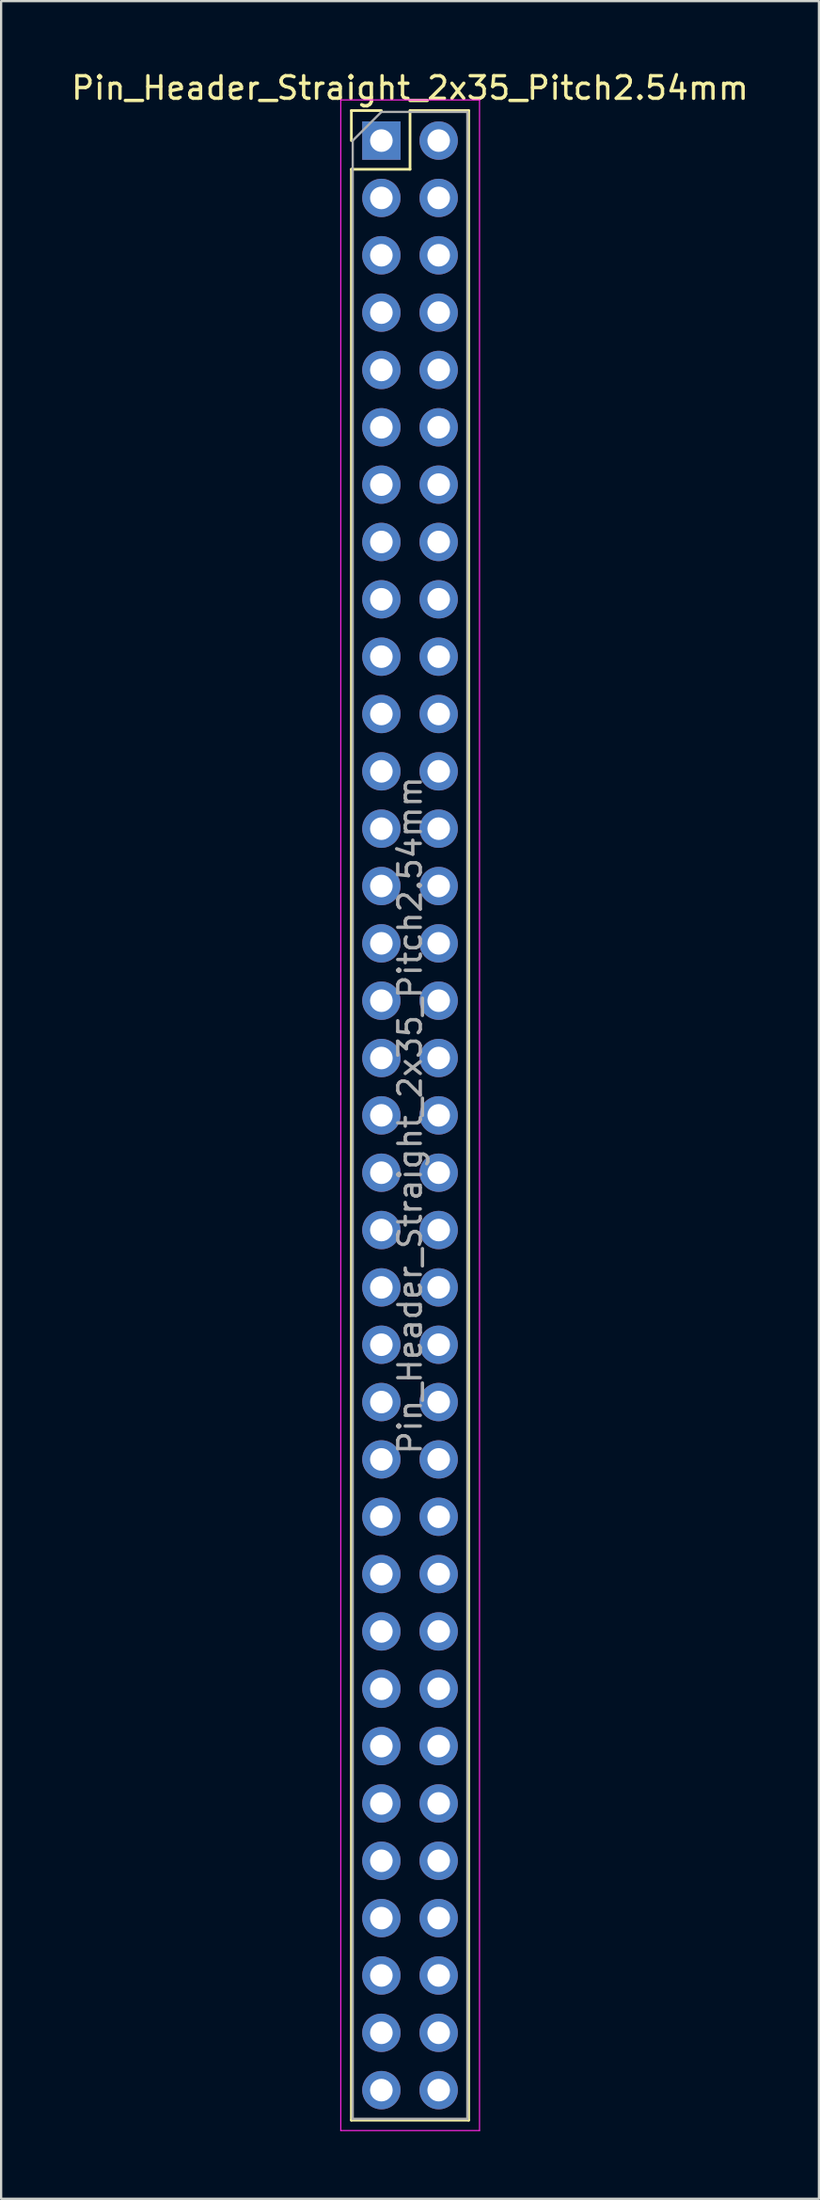
<source format=kicad_pcb>
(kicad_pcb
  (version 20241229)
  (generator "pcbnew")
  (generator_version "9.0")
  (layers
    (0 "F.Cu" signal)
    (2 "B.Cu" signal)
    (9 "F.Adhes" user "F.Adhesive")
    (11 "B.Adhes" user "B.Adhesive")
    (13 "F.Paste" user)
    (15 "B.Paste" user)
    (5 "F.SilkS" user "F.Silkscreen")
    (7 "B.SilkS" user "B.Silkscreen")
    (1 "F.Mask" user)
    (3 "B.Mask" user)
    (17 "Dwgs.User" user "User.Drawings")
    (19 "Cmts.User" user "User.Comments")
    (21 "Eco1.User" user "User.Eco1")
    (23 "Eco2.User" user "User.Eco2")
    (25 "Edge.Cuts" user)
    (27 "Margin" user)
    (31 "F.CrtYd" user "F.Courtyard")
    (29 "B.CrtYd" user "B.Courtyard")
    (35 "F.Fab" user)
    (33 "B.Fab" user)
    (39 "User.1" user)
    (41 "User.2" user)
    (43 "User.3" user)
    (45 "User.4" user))
  (footprint "Pin_Header_Straight_2x35_Pitch2.54mm"
    (layer "F.Cu")
    (at 13.855 3.178)
    (property "Reference" "Pin_Header_Straight_2x35_Pitch2.54mm" (at 1.27 -2.33 0) (layer "F.SilkS") (effects (font (size 1 1) (thickness 0.15))))
    (attr through_hole)
    (fp_line (start -1.33 -1.33) (end 0 -1.33) (stroke (width 0.12) (type solid)) (layer "F.SilkS"))
    (fp_line (start -1.33 0) (end -1.33 -1.33) (stroke (width 0.12) (type solid)) (layer "F.SilkS"))
    (fp_line (start -1.33 1.27) (end -1.33 87.69) (stroke (width 0.12) (type solid)) (layer "F.SilkS"))
    (fp_line (start -1.33 87.69) (end 3.87 87.69) (stroke (width 0.12) (type solid)) (layer "F.SilkS"))
    (fp_line (start 1.27 -1.33) (end 1.27 1.27) (stroke (width 0.12) (type solid)) (layer "F.SilkS"))
    (fp_line (start 1.27 1.27) (end -1.33 1.27) (stroke (width 0.12) (type solid)) (layer "F.SilkS"))
    (fp_line (start 3.87 -1.33) (end 1.27 -1.33) (stroke (width 0.12) (type solid)) (layer "F.SilkS"))
    (fp_line (start 3.87 87.69) (end 3.87 -1.33) (stroke (width 0.12) (type solid)) (layer "F.SilkS"))
    (fp_line (start -1.8 -1.8) (end -1.8 88.15) (stroke (width 0.05) (type solid)) (layer "F.CrtYd"))
    (fp_line (start -1.8 88.15) (end 4.35 88.15) (stroke (width 0.05) (type solid)) (layer "F.CrtYd"))
    (fp_line (start 4.35 -1.8) (end -1.8 -1.8) (stroke (width 0.05) (type solid)) (layer "F.CrtYd"))
    (fp_line (start 4.35 88.15) (end 4.35 -1.8) (stroke (width 0.05) (type solid)) (layer "F.CrtYd"))
    (fp_line (start -1.27 0) (end 0 -1.27) (stroke (width 0.1) (type solid)) (layer "F.Fab"))
    (fp_line (start -1.27 87.63) (end -1.27 0) (stroke (width 0.1) (type solid)) (layer "F.Fab"))
    (fp_line (start 0 -1.27) (end 3.81 -1.27) (stroke (width 0.1) (type solid)) (layer "F.Fab"))
    (fp_line (start 3.81 -1.27) (end 3.81 87.63) (stroke (width 0.1) (type solid)) (layer "F.Fab"))
    (fp_line (start 3.81 87.63) (end -1.27 87.63) (stroke (width 0.1) (type solid)) (layer "F.Fab"))
    (fp_text user "${REFERENCE}" (at 1.27 43.18 90) (layer "F.Fab") (effects (font (size 1 1) (thickness 0.15))))
    (pad "1" thru_hole rect (at 0 0) (size 1.7 1.7) (drill 1) (layers "*.Cu" "*.Mask"))
    (pad "2" thru_hole oval (at 2.54 0) (size 1.7 1.7) (drill 1) (layers "*.Cu" "*.Mask"))
    (pad "3" thru_hole oval (at 0 2.54) (size 1.7 1.7) (drill 1) (layers "*.Cu" "*.Mask"))
    (pad "4" thru_hole oval (at 2.54 2.54) (size 1.7 1.7) (drill 1) (layers "*.Cu" "*.Mask"))
    (pad "5" thru_hole oval (at 0 5.08) (size 1.7 1.7) (drill 1) (layers "*.Cu" "*.Mask"))
    (pad "6" thru_hole oval (at 2.54 5.08) (size 1.7 1.7) (drill 1) (layers "*.Cu" "*.Mask"))
    (pad "7" thru_hole oval (at 0 7.62) (size 1.7 1.7) (drill 1) (layers "*.Cu" "*.Mask"))
    (pad "8" thru_hole oval (at 2.54 7.62) (size 1.7 1.7) (drill 1) (layers "*.Cu" "*.Mask"))
    (pad "9" thru_hole oval (at 0 10.16) (size 1.7 1.7) (drill 1) (layers "*.Cu" "*.Mask"))
    (pad "10" thru_hole oval (at 2.54 10.16) (size 1.7 1.7) (drill 1) (layers "*.Cu" "*.Mask"))
    (pad "11" thru_hole oval (at 0 12.7) (size 1.7 1.7) (drill 1) (layers "*.Cu" "*.Mask"))
    (pad "12" thru_hole oval (at 2.54 12.7) (size 1.7 1.7) (drill 1) (layers "*.Cu" "*.Mask"))
    (pad "13" thru_hole oval (at 0 15.24) (size 1.7 1.7) (drill 1) (layers "*.Cu" "*.Mask"))
    (pad "14" thru_hole oval (at 2.54 15.24) (size 1.7 1.7) (drill 1) (layers "*.Cu" "*.Mask"))
    (pad "15" thru_hole oval (at 0 17.78) (size 1.7 1.7) (drill 1) (layers "*.Cu" "*.Mask"))
    (pad "16" thru_hole oval (at 2.54 17.78) (size 1.7 1.7) (drill 1) (layers "*.Cu" "*.Mask"))
    (pad "17" thru_hole oval (at 0 20.32) (size 1.7 1.7) (drill 1) (layers "*.Cu" "*.Mask"))
    (pad "18" thru_hole oval (at 2.54 20.32) (size 1.7 1.7) (drill 1) (layers "*.Cu" "*.Mask"))
    (pad "19" thru_hole oval (at 0 22.86) (size 1.7 1.7) (drill 1) (layers "*.Cu" "*.Mask"))
    (pad "20" thru_hole oval (at 2.54 22.86) (size 1.7 1.7) (drill 1) (layers "*.Cu" "*.Mask"))
    (pad "21" thru_hole oval (at 0 25.4) (size 1.7 1.7) (drill 1) (layers "*.Cu" "*.Mask"))
    (pad "22" thru_hole oval (at 2.54 25.4) (size 1.7 1.7) (drill 1) (layers "*.Cu" "*.Mask"))
    (pad "23" thru_hole oval (at 0 27.94) (size 1.7 1.7) (drill 1) (layers "*.Cu" "*.Mask"))
    (pad "24" thru_hole oval (at 2.54 27.94) (size 1.7 1.7) (drill 1) (layers "*.Cu" "*.Mask"))
    (pad "25" thru_hole oval (at 0 30.48) (size 1.7 1.7) (drill 1) (layers "*.Cu" "*.Mask"))
    (pad "26" thru_hole oval (at 2.54 30.48) (size 1.7 1.7) (drill 1) (layers "*.Cu" "*.Mask"))
    (pad "27" thru_hole oval (at 0 33.02) (size 1.7 1.7) (drill 1) (layers "*.Cu" "*.Mask"))
    (pad "28" thru_hole oval (at 2.54 33.02) (size 1.7 1.7) (drill 1) (layers "*.Cu" "*.Mask"))
    (pad "29" thru_hole oval (at 0 35.56) (size 1.7 1.7) (drill 1) (layers "*.Cu" "*.Mask"))
    (pad "30" thru_hole oval (at 2.54 35.56) (size 1.7 1.7) (drill 1) (layers "*.Cu" "*.Mask"))
    (pad "31" thru_hole oval (at 0 38.1) (size 1.7 1.7) (drill 1) (layers "*.Cu" "*.Mask"))
    (pad "32" thru_hole oval (at 2.54 38.1) (size 1.7 1.7) (drill 1) (layers "*.Cu" "*.Mask"))
    (pad "33" thru_hole oval (at 0 40.64) (size 1.7 1.7) (drill 1) (layers "*.Cu" "*.Mask"))
    (pad "34" thru_hole oval (at 2.54 40.64) (size 1.7 1.7) (drill 1) (layers "*.Cu" "*.Mask"))
    (pad "35" thru_hole oval (at 0 43.18) (size 1.7 1.7) (drill 1) (layers "*.Cu" "*.Mask"))
    (pad "36" thru_hole oval (at 2.54 43.18) (size 1.7 1.7) (drill 1) (layers "*.Cu" "*.Mask"))
    (pad "37" thru_hole oval (at 0 45.72) (size 1.7 1.7) (drill 1) (layers "*.Cu" "*.Mask"))
    (pad "38" thru_hole oval (at 2.54 45.72) (size 1.7 1.7) (drill 1) (layers "*.Cu" "*.Mask"))
    (pad "39" thru_hole oval (at 0 48.26) (size 1.7 1.7) (drill 1) (layers "*.Cu" "*.Mask"))
    (pad "40" thru_hole oval (at 2.54 48.26) (size 1.7 1.7) (drill 1) (layers "*.Cu" "*.Mask"))
    (pad "41" thru_hole oval (at 0 50.8) (size 1.7 1.7) (drill 1) (layers "*.Cu" "*.Mask"))
    (pad "42" thru_hole oval (at 2.54 50.8) (size 1.7 1.7) (drill 1) (layers "*.Cu" "*.Mask"))
    (pad "43" thru_hole oval (at 0 53.34) (size 1.7 1.7) (drill 1) (layers "*.Cu" "*.Mask"))
    (pad "44" thru_hole oval (at 2.54 53.34) (size 1.7 1.7) (drill 1) (layers "*.Cu" "*.Mask"))
    (pad "45" thru_hole oval (at 0 55.88) (size 1.7 1.7) (drill 1) (layers "*.Cu" "*.Mask"))
    (pad "46" thru_hole oval (at 2.54 55.88) (size 1.7 1.7) (drill 1) (layers "*.Cu" "*.Mask"))
    (pad "47" thru_hole oval (at 0 58.42) (size 1.7 1.7) (drill 1) (layers "*.Cu" "*.Mask"))
    (pad "48" thru_hole oval (at 2.54 58.42) (size 1.7 1.7) (drill 1) (layers "*.Cu" "*.Mask"))
    (pad "49" thru_hole oval (at 0 60.96) (size 1.7 1.7) (drill 1) (layers "*.Cu" "*.Mask"))
    (pad "50" thru_hole oval (at 2.54 60.96) (size 1.7 1.7) (drill 1) (layers "*.Cu" "*.Mask"))
    (pad "51" thru_hole oval (at 0 63.5) (size 1.7 1.7) (drill 1) (layers "*.Cu" "*.Mask"))
    (pad "52" thru_hole oval (at 2.54 63.5) (size 1.7 1.7) (drill 1) (layers "*.Cu" "*.Mask"))
    (pad "53" thru_hole oval (at 0 66.04) (size 1.7 1.7) (drill 1) (layers "*.Cu" "*.Mask"))
    (pad "54" thru_hole oval (at 2.54 66.04) (size 1.7 1.7) (drill 1) (layers "*.Cu" "*.Mask"))
    (pad "55" thru_hole oval (at 0 68.58) (size 1.7 1.7) (drill 1) (layers "*.Cu" "*.Mask"))
    (pad "56" thru_hole oval (at 2.54 68.58) (size 1.7 1.7) (drill 1) (layers "*.Cu" "*.Mask"))
    (pad "57" thru_hole oval (at 0 71.12) (size 1.7 1.7) (drill 1) (layers "*.Cu" "*.Mask"))
    (pad "58" thru_hole oval (at 2.54 71.12) (size 1.7 1.7) (drill 1) (layers "*.Cu" "*.Mask"))
    (pad "59" thru_hole oval (at 0 73.66) (size 1.7 1.7) (drill 1) (layers "*.Cu" "*.Mask"))
    (pad "60" thru_hole oval (at 2.54 73.66) (size 1.7 1.7) (drill 1) (layers "*.Cu" "*.Mask"))
    (pad "61" thru_hole oval (at 0 76.2) (size 1.7 1.7) (drill 1) (layers "*.Cu" "*.Mask"))
    (pad "62" thru_hole oval (at 2.54 76.2) (size 1.7 1.7) (drill 1) (layers "*.Cu" "*.Mask"))
    (pad "63" thru_hole oval (at 0 78.74) (size 1.7 1.7) (drill 1) (layers "*.Cu" "*.Mask"))
    (pad "64" thru_hole oval (at 2.54 78.74) (size 1.7 1.7) (drill 1) (layers "*.Cu" "*.Mask"))
    (pad "65" thru_hole oval (at 0 81.28) (size 1.7 1.7) (drill 1) (layers "*.Cu" "*.Mask"))
    (pad "66" thru_hole oval (at 2.54 81.28) (size 1.7 1.7) (drill 1) (layers "*.Cu" "*.Mask"))
    (pad "67" thru_hole oval (at 0 83.82) (size 1.7 1.7) (drill 1) (layers "*.Cu" "*.Mask"))
    (pad "68" thru_hole oval (at 2.54 83.82) (size 1.7 1.7) (drill 1) (layers "*.Cu" "*.Mask"))
    (pad "69" thru_hole oval (at 0 86.36) (size 1.7 1.7) (drill 1) (layers "*.Cu" "*.Mask"))
    (pad "70" thru_hole oval (at 2.54 86.36) (size 1.7 1.7) (drill 1) (layers "*.Cu" "*.Mask")))
  (gr_rect
    (start -3 -3)
    (end 33.25 94.353)
    (stroke (width 0.1) (type default))
    (fill no)
    (layer "Edge.Cuts")))
</source>
